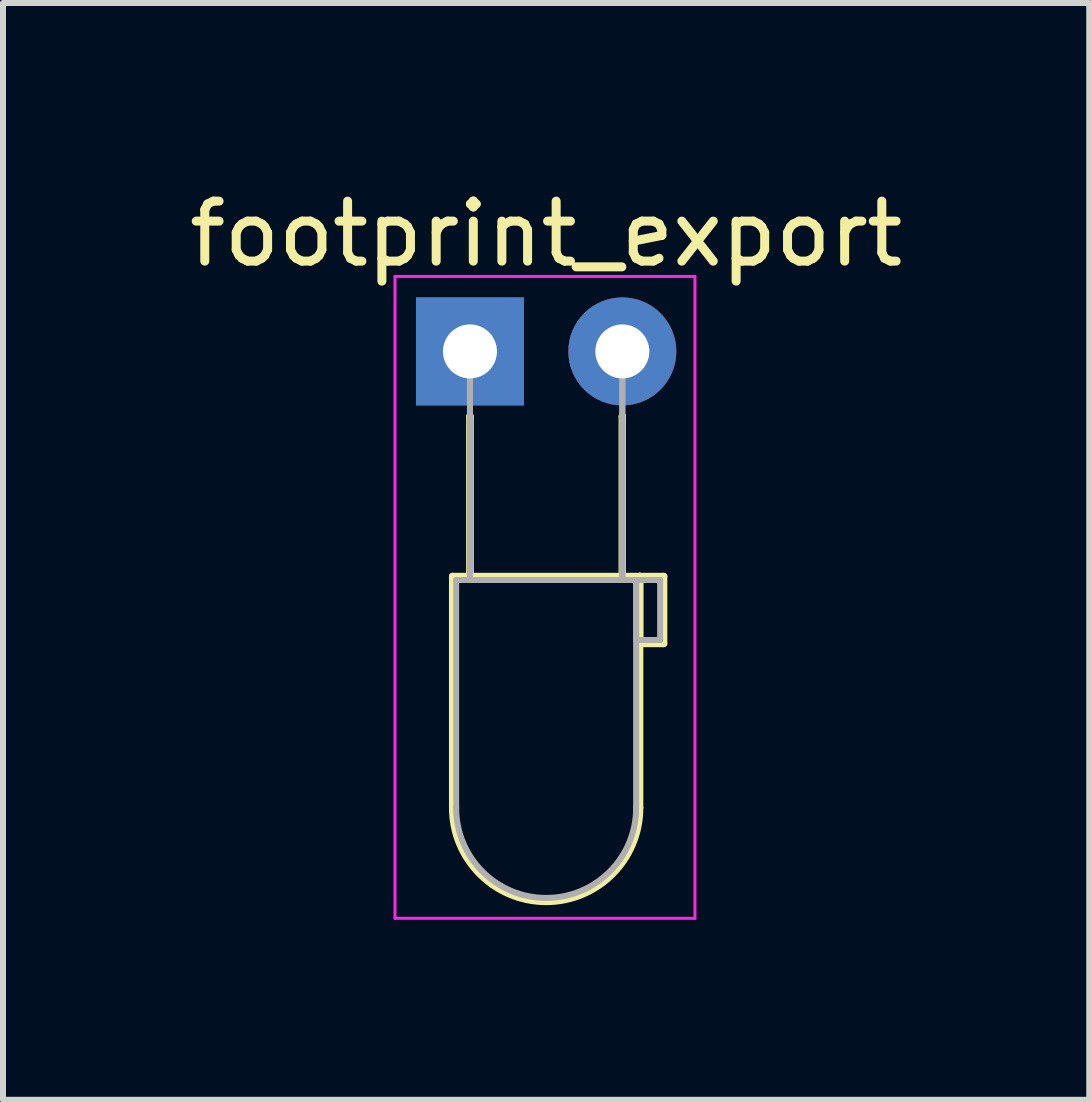
<source format=kicad_pcb>
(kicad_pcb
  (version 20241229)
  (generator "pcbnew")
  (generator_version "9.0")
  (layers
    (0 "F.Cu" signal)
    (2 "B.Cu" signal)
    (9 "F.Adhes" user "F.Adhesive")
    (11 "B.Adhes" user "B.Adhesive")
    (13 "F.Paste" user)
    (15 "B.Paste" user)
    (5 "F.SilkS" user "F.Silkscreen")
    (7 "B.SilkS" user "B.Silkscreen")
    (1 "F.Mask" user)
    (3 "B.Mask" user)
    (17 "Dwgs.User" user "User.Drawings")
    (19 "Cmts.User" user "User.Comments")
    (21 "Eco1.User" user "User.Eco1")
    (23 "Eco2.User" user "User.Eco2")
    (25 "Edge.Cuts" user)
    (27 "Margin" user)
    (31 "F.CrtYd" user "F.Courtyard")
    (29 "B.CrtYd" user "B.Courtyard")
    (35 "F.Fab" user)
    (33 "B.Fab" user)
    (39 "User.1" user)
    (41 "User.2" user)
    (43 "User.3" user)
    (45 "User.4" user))
  (footprint "footprint_export"
    (layer "F.Cu")
    (at 4.784 2.808)
    (property "Reference" "footprint_export" (at 1.27 -1.96 0) (layer "F.SilkS") (effects (font (size 1 1) (thickness 0.15))))
    (attr through_hole)
    (fp_line (start -0.29 3.75) (end -0.29 7.61) (stroke (width 0.12) (type solid)) (layer "F.SilkS"))
    (fp_line (start -0.29 3.75) (end 2.83 3.75) (stroke (width 0.12) (type solid)) (layer "F.SilkS"))
    (fp_line (start 0 1.08) (end 0 1.08) (stroke (width 0.12) (type solid)) (layer "F.SilkS"))
    (fp_line (start 0 1.08) (end 0 3.75) (stroke (width 0.12) (type solid)) (layer "F.SilkS"))
    (fp_line (start 0 3.75) (end 0 1.08) (stroke (width 0.12) (type solid)) (layer "F.SilkS"))
    (fp_line (start 0 3.75) (end 0 3.75) (stroke (width 0.12) (type solid)) (layer "F.SilkS"))
    (fp_line (start 2.54 1.08) (end 2.54 1.08) (stroke (width 0.12) (type solid)) (layer "F.SilkS"))
    (fp_line (start 2.54 1.08) (end 2.54 3.75) (stroke (width 0.12) (type solid)) (layer "F.SilkS"))
    (fp_line (start 2.54 3.75) (end 2.54 1.08) (stroke (width 0.12) (type solid)) (layer "F.SilkS"))
    (fp_line (start 2.54 3.75) (end 2.54 3.75) (stroke (width 0.12) (type solid)) (layer "F.SilkS"))
    (fp_line (start 2.83 3.75) (end 2.83 7.61) (stroke (width 0.12) (type solid)) (layer "F.SilkS"))
    (fp_line (start 2.83 3.75) (end 3.23 3.75) (stroke (width 0.12) (type solid)) (layer "F.SilkS"))
    (fp_line (start 2.83 4.87) (end 2.83 3.75) (stroke (width 0.12) (type solid)) (layer "F.SilkS"))
    (fp_line (start 3.23 3.75) (end 3.23 4.87) (stroke (width 0.12) (type solid)) (layer "F.SilkS"))
    (fp_line (start 3.23 4.87) (end 2.83 4.87) (stroke (width 0.12) (type solid)) (layer "F.SilkS"))
    (fp_arc (start 2.83 7.61) (mid 1.27 9.17) (end -0.29 7.61) (stroke (width 0.12) (type solid)) (layer "F.SilkS"))
    (fp_line (start -1.25 -1.25) (end -1.25 9.45) (stroke (width 0.05) (type solid)) (layer "F.CrtYd"))
    (fp_line (start -1.25 9.45) (end 3.75 9.45) (stroke (width 0.05) (type solid)) (layer "F.CrtYd"))
    (fp_line (start 3.75 -1.25) (end -1.25 -1.25) (stroke (width 0.05) (type solid)) (layer "F.CrtYd"))
    (fp_line (start 3.75 9.45) (end 3.75 -1.25) (stroke (width 0.05) (type solid)) (layer "F.CrtYd"))
    (fp_line (start -0.23 3.81) (end -0.23 7.61) (stroke (width 0.1) (type solid)) (layer "F.Fab"))
    (fp_line (start -0.23 3.81) (end 2.77 3.81) (stroke (width 0.1) (type solid)) (layer "F.Fab"))
    (fp_line (start 0 0) (end 0 0) (stroke (width 0.1) (type solid)) (layer "F.Fab"))
    (fp_line (start 0 0) (end 0 3.81) (stroke (width 0.1) (type solid)) (layer "F.Fab"))
    (fp_line (start 0 3.81) (end 0 0) (stroke (width 0.1) (type solid)) (layer "F.Fab"))
    (fp_line (start 0 3.81) (end 0 3.81) (stroke (width 0.1) (type solid)) (layer "F.Fab"))
    (fp_line (start 2.54 0) (end 2.54 0) (stroke (width 0.1) (type solid)) (layer "F.Fab"))
    (fp_line (start 2.54 0) (end 2.54 3.81) (stroke (width 0.1) (type solid)) (layer "F.Fab"))
    (fp_line (start 2.54 3.81) (end 2.54 0) (stroke (width 0.1) (type solid)) (layer "F.Fab"))
    (fp_line (start 2.54 3.81) (end 2.54 3.81) (stroke (width 0.1) (type solid)) (layer "F.Fab"))
    (fp_line (start 2.77 3.81) (end 2.77 7.61) (stroke (width 0.1) (type solid)) (layer "F.Fab"))
    (fp_line (start 2.77 3.81) (end 3.17 3.81) (stroke (width 0.1) (type solid)) (layer "F.Fab"))
    (fp_line (start 2.77 4.81) (end 2.77 3.81) (stroke (width 0.1) (type solid)) (layer "F.Fab"))
    (fp_line (start 3.17 3.81) (end 3.17 4.81) (stroke (width 0.1) (type solid)) (layer "F.Fab"))
    (fp_line (start 3.17 4.81) (end 2.77 4.81) (stroke (width 0.1) (type solid)) (layer "F.Fab"))
    (fp_arc (start 2.77 7.61) (mid 1.27 9.11) (end -0.23 7.61) (stroke (width 0.1) (type solid)) (layer "F.Fab"))
    (pad "1" thru_hole rect (at 0 0) (size 1.8 1.8) (drill 0.9) (layers "*.Cu" "*.Mask"))
    (pad "2" thru_hole circle (at 2.54 0) (size 1.8 1.8) (drill 0.9) (layers "*.Cu" "*.Mask")))
  (gr_rect
    (start -3 -3)
    (end 15.107 15.283)
    (stroke (width 0.1) (type default))
    (fill no)
    (layer "Edge.Cuts")))
</source>
